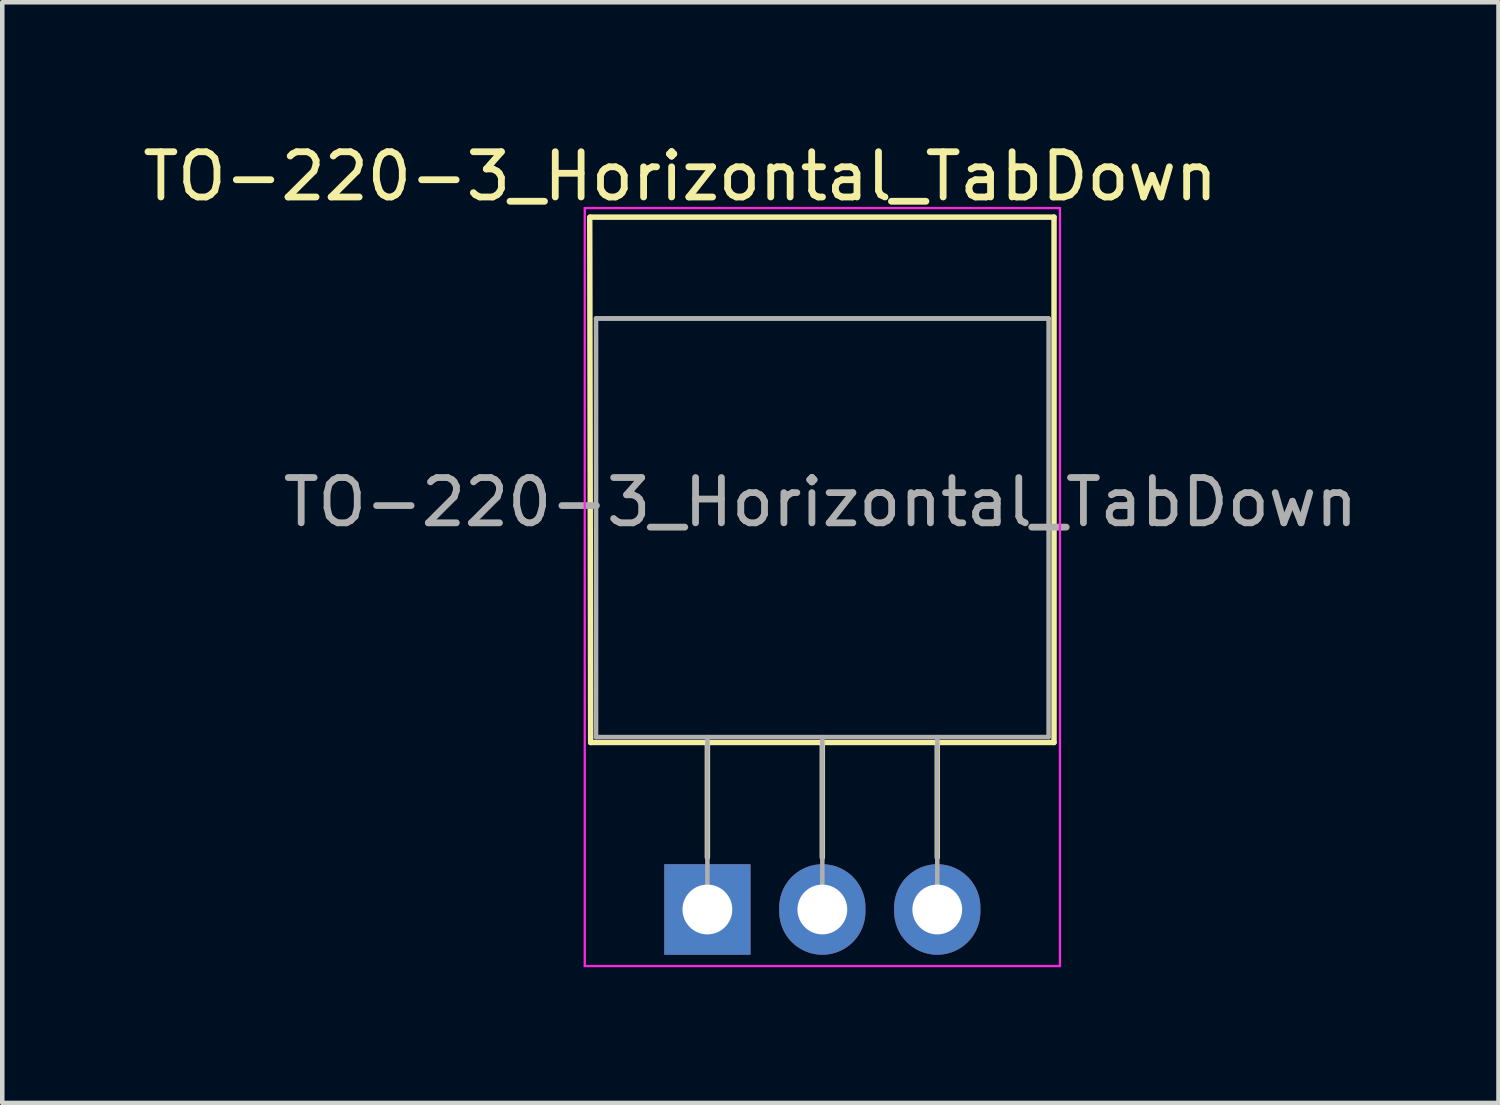
<source format=kicad_pcb>
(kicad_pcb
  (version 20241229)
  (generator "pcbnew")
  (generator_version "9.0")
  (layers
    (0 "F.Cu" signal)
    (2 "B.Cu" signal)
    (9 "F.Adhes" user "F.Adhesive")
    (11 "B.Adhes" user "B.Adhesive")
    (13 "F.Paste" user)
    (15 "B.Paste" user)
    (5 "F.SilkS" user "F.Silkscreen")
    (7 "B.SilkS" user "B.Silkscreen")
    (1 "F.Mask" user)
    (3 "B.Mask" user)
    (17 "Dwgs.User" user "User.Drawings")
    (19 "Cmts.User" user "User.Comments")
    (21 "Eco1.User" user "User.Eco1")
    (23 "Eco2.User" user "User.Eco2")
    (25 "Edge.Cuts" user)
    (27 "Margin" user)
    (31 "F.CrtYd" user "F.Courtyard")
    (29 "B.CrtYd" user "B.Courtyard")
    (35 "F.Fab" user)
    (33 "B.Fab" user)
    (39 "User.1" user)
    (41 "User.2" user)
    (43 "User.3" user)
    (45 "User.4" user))
  (footprint "TO-220-3_Horizontal_TabDown"
    (layer "F.Cu")
    (at 12.582 17.048)
    (property "Reference" "TO-220-3_Horizontal_TabDown" (at -0.6 -16.2 0) (layer "F.SilkS") (effects (font (size 1 1) (thickness 0.15))))
    (attr through_hole)
    (fp_line (start -2.6 -15.3) (end -2.58 -3.69) (stroke (width 0.12) (type solid)) (layer "F.SilkS"))
    (fp_line (start -2.58 -15.3) (end 7.66 -15.3) (stroke (width 0.12) (type solid)) (layer "F.SilkS"))
    (fp_line (start -2.58 -3.69) (end 7.66 -3.69) (stroke (width 0.12) (type solid)) (layer "F.SilkS"))
    (fp_line (start 0 -3.69) (end 0 -1.15) (stroke (width 0.12) (type solid)) (layer "F.SilkS"))
    (fp_line (start 2.54 -3.69) (end 2.54 -1.15) (stroke (width 0.12) (type solid)) (layer "F.SilkS"))
    (fp_line (start 5.08 -3.69) (end 5.08 -1.15) (stroke (width 0.12) (type solid)) (layer "F.SilkS"))
    (fp_line (start 7.66 -15.3) (end 7.66 -3.69) (stroke (width 0.12) (type solid)) (layer "F.SilkS"))
    (fp_line (start -2.71 -15.5) (end -2.71 1.25) (stroke (width 0.05) (type solid)) (layer "F.CrtYd"))
    (fp_line (start -2.71 1.25) (end 7.79 1.25) (stroke (width 0.05) (type solid)) (layer "F.CrtYd"))
    (fp_line (start 7.79 -15.5) (end -2.71 -15.5) (stroke (width 0.05) (type solid)) (layer "F.CrtYd"))
    (fp_line (start 7.79 1.25) (end 7.79 -15.5) (stroke (width 0.05) (type solid)) (layer "F.CrtYd"))
    (fp_line (start -2.46 -13.06) (end 7.54 -13.06) (stroke (width 0.1) (type solid)) (layer "F.Fab"))
    (fp_line (start -2.46 -3.81) (end -2.46 -13.06) (stroke (width 0.1) (type solid)) (layer "F.Fab"))
    (fp_line (start 0 -3.81) (end 0 0) (stroke (width 0.1) (type solid)) (layer "F.Fab"))
    (fp_line (start 2.54 -3.81) (end 2.54 0) (stroke (width 0.1) (type solid)) (layer "F.Fab"))
    (fp_line (start 5.08 -3.81) (end 5.08 0) (stroke (width 0.1) (type solid)) (layer "F.Fab"))
    (fp_line (start 7.54 -13.06) (end -2.46 -13.06) (stroke (width 0.1) (type solid)) (layer "F.Fab"))
    (fp_line (start 7.54 -13.06) (end 7.54 -3.81) (stroke (width 0.1) (type solid)) (layer "F.Fab"))
    (fp_line (start 7.54 -3.81) (end -2.46 -3.81) (stroke (width 0.1) (type solid)) (layer "F.Fab"))
    (fp_text user "${REFERENCE}" (at 2.5 -9 0) (layer "F.Fab") (effects (font (size 1 1) (thickness 0.15))))
    (pad "1" thru_hole rect (at 0 0) (size 1.905 2) (drill 1.1) (layers "*.Cu" "*.Mask"))
    (pad "2" thru_hole oval (at 2.54 0) (size 1.905 2) (drill 1.1) (layers "*.Cu" "*.Mask"))
    (pad "3" thru_hole oval (at 5.08 0) (size 1.905 2) (drill 1.1) (layers "*.Cu" "*.Mask")))
  (gr_rect
    (start -3 -3)
    (end 30.064 21.323)
    (stroke (width 0.1) (type default))
    (fill no)
    (layer "Edge.Cuts")))
</source>
